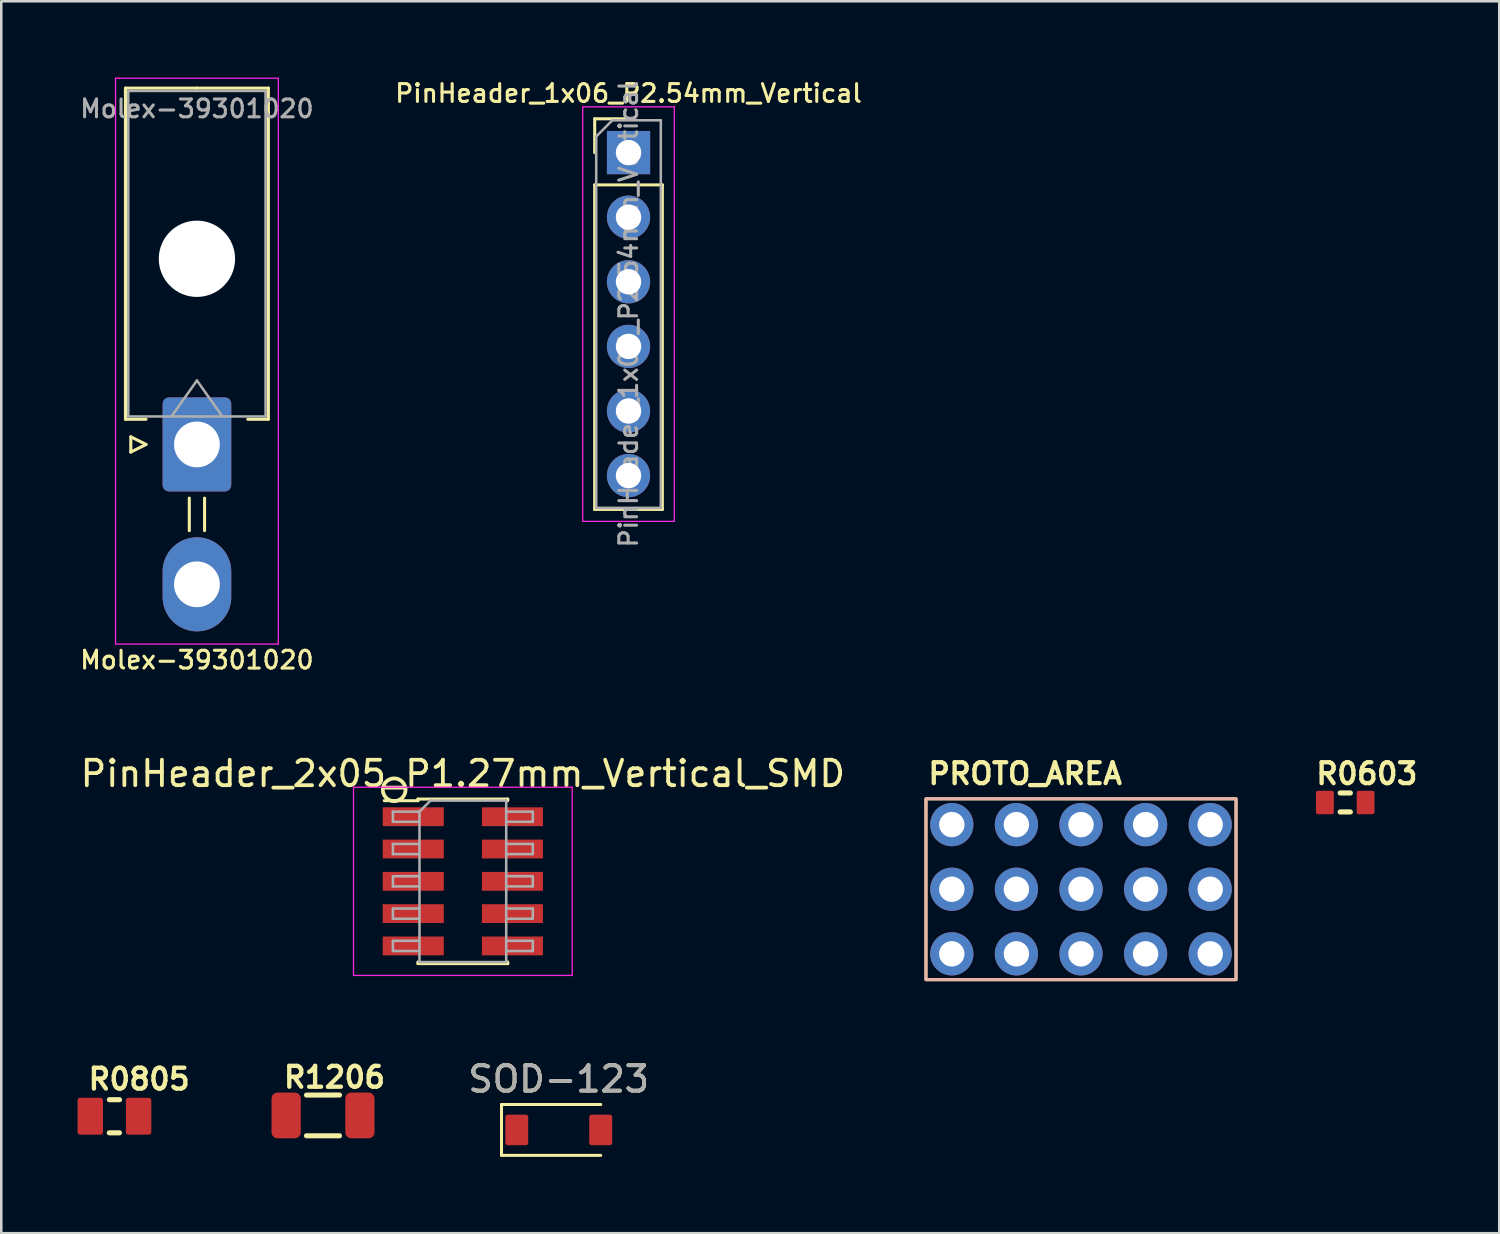
<source format=kicad_pcb>
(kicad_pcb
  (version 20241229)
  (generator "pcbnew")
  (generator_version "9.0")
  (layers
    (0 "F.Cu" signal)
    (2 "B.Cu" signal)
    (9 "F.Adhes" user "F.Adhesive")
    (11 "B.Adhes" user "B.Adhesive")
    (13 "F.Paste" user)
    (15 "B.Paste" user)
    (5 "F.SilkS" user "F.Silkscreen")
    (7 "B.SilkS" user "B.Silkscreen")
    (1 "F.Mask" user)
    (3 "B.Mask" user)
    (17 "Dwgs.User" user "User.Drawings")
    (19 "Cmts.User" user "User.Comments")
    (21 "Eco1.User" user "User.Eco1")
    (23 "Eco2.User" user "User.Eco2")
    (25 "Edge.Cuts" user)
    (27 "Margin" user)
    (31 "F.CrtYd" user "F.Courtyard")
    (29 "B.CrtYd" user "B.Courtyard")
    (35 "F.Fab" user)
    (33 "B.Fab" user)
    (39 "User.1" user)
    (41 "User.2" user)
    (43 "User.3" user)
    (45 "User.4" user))
  (footprint "PinHeader_2x05_P1.27mm_Vertical_SMD"
    (layer "F.Cu")
    (at 15.149 31.603)
    (property "Reference" "PinHeader_2x05_P1.27mm_Vertical_SMD" (at 0 -4.235 180) (layer "F.SilkS") (effects (font (size 1 1) (thickness 0.15))))
    (attr smd)
    (fp_line (start -3.09 -3.17) (end -1.765 -3.17) (stroke (width 0.12) (type solid)) (layer "F.SilkS"))
    (fp_line (start -1.765 -3.235) (end -1.765 -3.17) (stroke (width 0.12) (type solid)) (layer "F.SilkS"))
    (fp_line (start -1.765 -3.235) (end 1.765 -3.235) (stroke (width 0.12) (type solid)) (layer "F.SilkS"))
    (fp_line (start -1.765 3.17) (end -1.765 3.235) (stroke (width 0.12) (type solid)) (layer "F.SilkS"))
    (fp_line (start -1.765 3.235) (end 1.765 3.235) (stroke (width 0.12) (type solid)) (layer "F.SilkS"))
    (fp_line (start 1.765 -3.235) (end 1.765 -3.17) (stroke (width 0.12) (type solid)) (layer "F.SilkS"))
    (fp_line (start 1.765 3.17) (end 1.765 3.235) (stroke (width 0.12) (type solid)) (layer "F.SilkS"))
    (fp_circle (center -2.7 -3.6) (end -2.5 -3.2) (stroke (width 0.15) (type solid)) (fill no) (layer "F.SilkS"))
    (fp_line (start -4.3 -3.7) (end -4.3 3.7) (stroke (width 0.05) (type solid)) (layer "F.CrtYd"))
    (fp_line (start -4.3 3.7) (end 4.3 3.7) (stroke (width 0.05) (type solid)) (layer "F.CrtYd"))
    (fp_line (start 4.3 -3.7) (end -4.3 -3.7) (stroke (width 0.05) (type solid)) (layer "F.CrtYd"))
    (fp_line (start 4.3 3.7) (end 4.3 -3.7) (stroke (width 0.05) (type solid)) (layer "F.CrtYd"))
    (fp_line (start -2.75 -2.74) (end -2.75 -2.34) (stroke (width 0.1) (type solid)) (layer "F.Fab"))
    (fp_line (start -2.75 -2.34) (end -1.705 -2.34) (stroke (width 0.1) (type solid)) (layer "F.Fab"))
    (fp_line (start -2.75 -1.47) (end -2.75 -1.07) (stroke (width 0.1) (type solid)) (layer "F.Fab"))
    (fp_line (start -2.75 -1.07) (end -1.705 -1.07) (stroke (width 0.1) (type solid)) (layer "F.Fab"))
    (fp_line (start -2.75 -0.2) (end -2.75 0.2) (stroke (width 0.1) (type solid)) (layer "F.Fab"))
    (fp_line (start -2.75 0.2) (end -1.705 0.2) (stroke (width 0.1) (type solid)) (layer "F.Fab"))
    (fp_line (start -2.75 1.07) (end -2.75 1.47) (stroke (width 0.1) (type solid)) (layer "F.Fab"))
    (fp_line (start -2.75 1.47) (end -1.705 1.47) (stroke (width 0.1) (type solid)) (layer "F.Fab"))
    (fp_line (start -2.75 2.34) (end -2.75 2.74) (stroke (width 0.1) (type solid)) (layer "F.Fab"))
    (fp_line (start -2.75 2.74) (end -1.705 2.74) (stroke (width 0.1) (type solid)) (layer "F.Fab"))
    (fp_line (start -1.705 -2.74) (end -2.75 -2.74) (stroke (width 0.1) (type solid)) (layer "F.Fab"))
    (fp_line (start -1.705 -2.74) (end -1.27 -3.175) (stroke (width 0.1) (type solid)) (layer "F.Fab"))
    (fp_line (start -1.705 -1.47) (end -2.75 -1.47) (stroke (width 0.1) (type solid)) (layer "F.Fab"))
    (fp_line (start -1.705 -0.2) (end -2.75 -0.2) (stroke (width 0.1) (type solid)) (layer "F.Fab"))
    (fp_line (start -1.705 1.07) (end -2.75 1.07) (stroke (width 0.1) (type solid)) (layer "F.Fab"))
    (fp_line (start -1.705 2.34) (end -2.75 2.34) (stroke (width 0.1) (type solid)) (layer "F.Fab"))
    (fp_line (start -1.705 3.175) (end -1.705 -2.74) (stroke (width 0.1) (type solid)) (layer "F.Fab"))
    (fp_line (start -1.27 -3.175) (end 1.705 -3.175) (stroke (width 0.1) (type solid)) (layer "F.Fab"))
    (fp_line (start 1.705 -3.175) (end 1.705 3.175) (stroke (width 0.1) (type solid)) (layer "F.Fab"))
    (fp_line (start 1.705 -2.74) (end 2.75 -2.74) (stroke (width 0.1) (type solid)) (layer "F.Fab"))
    (fp_line (start 1.705 -1.47) (end 2.75 -1.47) (stroke (width 0.1) (type solid)) (layer "F.Fab"))
    (fp_line (start 1.705 -0.2) (end 2.75 -0.2) (stroke (width 0.1) (type solid)) (layer "F.Fab"))
    (fp_line (start 1.705 1.07) (end 2.75 1.07) (stroke (width 0.1) (type solid)) (layer "F.Fab"))
    (fp_line (start 1.705 2.34) (end 2.75 2.34) (stroke (width 0.1) (type solid)) (layer "F.Fab"))
    (fp_line (start 1.705 3.175) (end -1.705 3.175) (stroke (width 0.1) (type solid)) (layer "F.Fab"))
    (fp_line (start 2.75 -2.74) (end 2.75 -2.34) (stroke (width 0.1) (type solid)) (layer "F.Fab"))
    (fp_line (start 2.75 -2.34) (end 1.705 -2.34) (stroke (width 0.1) (type solid)) (layer "F.Fab"))
    (fp_line (start 2.75 -1.47) (end 2.75 -1.07) (stroke (width 0.1) (type solid)) (layer "F.Fab"))
    (fp_line (start 2.75 -1.07) (end 1.705 -1.07) (stroke (width 0.1) (type solid)) (layer "F.Fab"))
    (fp_line (start 2.75 -0.2) (end 2.75 0.2) (stroke (width 0.1) (type solid)) (layer "F.Fab"))
    (fp_line (start 2.75 0.2) (end 1.705 0.2) (stroke (width 0.1) (type solid)) (layer "F.Fab"))
    (fp_line (start 2.75 1.07) (end 2.75 1.47) (stroke (width 0.1) (type solid)) (layer "F.Fab"))
    (fp_line (start 2.75 1.47) (end 1.705 1.47) (stroke (width 0.1) (type solid)) (layer "F.Fab"))
    (fp_line (start 2.75 2.34) (end 2.75 2.74) (stroke (width 0.1) (type solid)) (layer "F.Fab"))
    (fp_line (start 2.75 2.74) (end 1.705 2.74) (stroke (width 0.1) (type solid)) (layer "F.Fab"))
    (pad "1" smd rect (at -1.95 -2.54) (size 2.4 0.74) (layers "F.Cu" "F.Mask" "F.Paste"))
    (pad "2" smd rect (at 1.95 -2.54) (size 2.4 0.74) (layers "F.Cu" "F.Mask" "F.Paste"))
    (pad "3" smd rect (at -1.95 -1.27) (size 2.4 0.74) (layers "F.Cu" "F.Mask" "F.Paste"))
    (pad "4" smd rect (at 1.95 -1.27) (size 2.4 0.74) (layers "F.Cu" "F.Mask" "F.Paste"))
    (pad "5" smd rect (at -1.95 0) (size 2.4 0.74) (layers "F.Cu" "F.Mask" "F.Paste"))
    (pad "6" smd rect (at 1.95 0) (size 2.4 0.74) (layers "F.Cu" "F.Mask" "F.Paste"))
    (pad "7" smd rect (at -1.95 1.27) (size 2.4 0.74) (layers "F.Cu" "F.Mask" "F.Paste"))
    (pad "8" smd rect (at 1.95 1.27) (size 2.4 0.74) (layers "F.Cu" "F.Mask" "F.Paste"))
    (pad "9" smd rect (at -1.95 2.54) (size 2.4 0.74) (layers "F.Cu" "F.Mask" "F.Paste"))
    (pad "10" smd rect (at 1.95 2.54) (size 2.4 0.74) (layers "F.Cu" "F.Mask" "F.Paste")))
  (footprint "PinHeader_1x06_P2.54mm_Vertical"
    (layer "F.Cu")
    (at 21.663 2.95)
    (property "Reference" "PinHeader_1x06_P2.54mm_Vertical" (at 0 -2.33 180) (layer "F.SilkS") (effects (font (size 0.7 0.7) (thickness 0.12))))
    (attr through_hole)
    (fp_line (start -1.33 -1.33) (end 0 -1.33) (stroke (width 0.12) (type solid)) (layer "F.SilkS"))
    (fp_line (start -1.33 0) (end -1.33 -1.33) (stroke (width 0.12) (type solid)) (layer "F.SilkS"))
    (fp_line (start -1.33 1.27) (end -1.33 14.03) (stroke (width 0.12) (type solid)) (layer "F.SilkS"))
    (fp_line (start -1.33 1.27) (end 1.33 1.27) (stroke (width 0.12) (type solid)) (layer "F.SilkS"))
    (fp_line (start -1.33 14.03) (end 1.33 14.03) (stroke (width 0.12) (type solid)) (layer "F.SilkS"))
    (fp_line (start 1.33 1.27) (end 1.33 14.03) (stroke (width 0.12) (type solid)) (layer "F.SilkS"))
    (fp_line (start -1.8 -1.8) (end -1.8 14.5) (stroke (width 0.05) (type solid)) (layer "F.CrtYd"))
    (fp_line (start -1.8 14.5) (end 1.8 14.5) (stroke (width 0.05) (type solid)) (layer "F.CrtYd"))
    (fp_line (start 1.8 -1.8) (end -1.8 -1.8) (stroke (width 0.05) (type solid)) (layer "F.CrtYd"))
    (fp_line (start 1.8 14.5) (end 1.8 -1.8) (stroke (width 0.05) (type solid)) (layer "F.CrtYd"))
    (fp_line (start -1.27 -0.635) (end -0.635 -1.27) (stroke (width 0.1) (type solid)) (layer "F.Fab"))
    (fp_line (start -1.27 13.97) (end -1.27 -0.635) (stroke (width 0.1) (type solid)) (layer "F.Fab"))
    (fp_line (start -0.635 -1.27) (end 1.27 -1.27) (stroke (width 0.1) (type solid)) (layer "F.Fab"))
    (fp_line (start 1.27 -1.27) (end 1.27 13.97) (stroke (width 0.1) (type solid)) (layer "F.Fab"))
    (fp_line (start 1.27 13.97) (end -1.27 13.97) (stroke (width 0.1) (type solid)) (layer "F.Fab"))
    (fp_text user "${REFERENCE}" (at 0 6.35 90) (layer "F.Fab") (effects (font (size 0.7 0.7) (thickness 0.12))))
    (pad "1" thru_hole rect (at 0 0) (size 1.7 1.7) (drill 1) (layers "*.Cu" "*.Mask"))
    (pad "2" thru_hole oval (at 0 2.54) (size 1.7 1.7) (drill 1) (layers "*.Cu" "*.Mask"))
    (pad "3" thru_hole oval (at 0 5.08) (size 1.7 1.7) (drill 1) (layers "*.Cu" "*.Mask"))
    (pad "4" thru_hole oval (at 0 7.62) (size 1.7 1.7) (drill 1) (layers "*.Cu" "*.Mask"))
    (pad "5" thru_hole oval (at 0 10.16) (size 1.7 1.7) (drill 1) (layers "*.Cu" "*.Mask"))
    (pad "6" thru_hole oval (at 0 12.7) (size 1.7 1.7) (drill 1) (layers "*.Cu" "*.Mask")))
  (footprint "PROTO_AREA"
    (layer "F.Cu")
    (at 34.374 29.374)
    (property "Reference" "PROTO_AREA" (at -1.016 -1.524 0) (unlocked yes) (layer "F.SilkS") (effects (font (size 0.82 0.82) (thickness 0.17)) (justify left bottom)))
    (fp_rect (start -1.016 -1.016) (end 11.176 6.096) (stroke (width 0.12) (type solid)) (fill no) (layer "F.SilkS"))
    (fp_rect (start 11.176 -1.016) (end -1.016 6.096) (stroke (width 0.12) (type solid)) (fill no) (layer "B.SilkS"))
    (pad "1" thru_hole circle (at 0 0) (size 1.7 1.7) (drill 1) (layers "*.Cu" "*.Mask"))
    (pad "2" thru_hole circle (at 2.54 0) (size 1.7 1.7) (drill 1) (layers "*.Cu" "*.Mask"))
    (pad "3" thru_hole circle (at 5.08 0) (size 1.7 1.7) (drill 1) (layers "*.Cu" "*.Mask"))
    (pad "4" thru_hole circle (at 7.62 0) (size 1.7 1.7) (drill 1) (layers "*.Cu" "*.Mask"))
    (pad "5" thru_hole circle (at 10.16 0) (size 1.7 1.7) (drill 1) (layers "*.Cu" "*.Mask"))
    (pad "6" thru_hole circle (at 0 2.54) (size 1.7 1.7) (drill 1) (layers "*.Cu" "*.Mask"))
    (pad "7" thru_hole circle (at 2.54 2.54) (size 1.7 1.7) (drill 1) (layers "*.Cu" "*.Mask"))
    (pad "8" thru_hole circle (at 5.08 2.54) (size 1.7 1.7) (drill 1) (layers "*.Cu" "*.Mask"))
    (pad "9" thru_hole circle (at 7.62 2.54) (size 1.7 1.7) (drill 1) (layers "*.Cu" "*.Mask"))
    (pad "10" thru_hole circle (at 10.16 2.54) (size 1.7 1.7) (drill 1) (layers "*.Cu" "*.Mask"))
    (pad "11" thru_hole circle (at 0 5.08) (size 1.7 1.7) (drill 1) (layers "*.Cu" "*.Mask"))
    (pad "12" thru_hole circle (at 2.54 5.08) (size 1.7 1.7) (drill 1) (layers "*.Cu" "*.Mask"))
    (pad "13" thru_hole circle (at 5.08 5.08) (size 1.7 1.7) (drill 1) (layers "*.Cu" "*.Mask"))
    (pad "14" thru_hole circle (at 7.62 5.08) (size 1.7 1.7) (drill 1) (layers "*.Cu" "*.Mask"))
    (pad "15" thru_hole circle (at 10.16 5.08) (size 1.7 1.7) (drill 1) (layers "*.Cu" "*.Mask")))
  (footprint "R0603"
    (layer "F.Cu")
    (at 49.845 28.504)
    (property "Reference" "R0603" (at -1.236 -0.654 0) (unlocked yes) (layer "F.SilkS") (effects (font (size 0.82 0.82) (thickness 0.17)) (justify left bottom)))
    (fp_line (start -0.201 0.371) (end 0.199 0.371) (stroke (width 0.203) (type solid)) (layer "F.SilkS"))
    (fp_line (start -0.2 -0.375) (end 0.2 -0.375) (stroke (width 0.203) (type solid)) (layer "F.SilkS"))
    (pad "1" smd roundrect (at -0.8 0) (size 0.7 0.92) (layers "F.Cu" "F.Mask" "F.Paste") (roundrect_rratio 0.1))
    (pad "2" smd roundrect (at 0.8 0) (size 0.7 0.92) (layers "F.Cu" "F.Mask" "F.Paste") (roundrect_rratio 0.1)))
  (footprint "Molex-39301020"
    (layer "F.Cu")
    (at 4.693 14.425)
    (property "Reference" "Molex-39301020" (at 0 8.475 0) (layer "F.SilkS") (effects (font (size 0.7 0.7) (thickness 0.12))))
    (attr through_hole)
    (fp_line (start -2.81 -14.01) (end 0 -14.01) (stroke (width 0.12) (type solid)) (layer "F.SilkS"))
    (fp_line (start -2.81 -0.99) (end -2.81 -14.01) (stroke (width 0.12) (type solid)) (layer "F.SilkS"))
    (fp_line (start -2.6 -0.3) (end -2 0) (stroke (width 0.12) (type solid)) (layer "F.SilkS"))
    (fp_line (start -2.6 0.3) (end -2.6 -0.3) (stroke (width 0.12) (type solid)) (layer "F.SilkS"))
    (fp_line (start -2 -0.99) (end -2.81 -0.99) (stroke (width 0.12) (type solid)) (layer "F.SilkS"))
    (fp_line (start -2 0) (end -2.6 0.3) (stroke (width 0.12) (type solid)) (layer "F.SilkS"))
    (fp_line (start -0.3 2.11) (end -0.3 3.39) (stroke (width 0.12) (type solid)) (layer "F.SilkS"))
    (fp_line (start 0.3 2.11) (end 0.3 3.39) (stroke (width 0.12) (type solid)) (layer "F.SilkS"))
    (fp_line (start 2 -0.99) (end 2.81 -0.99) (stroke (width 0.12) (type solid)) (layer "F.SilkS"))
    (fp_line (start 2.81 -14.01) (end 0 -14.01) (stroke (width 0.12) (type solid)) (layer "F.SilkS"))
    (fp_line (start 2.81 -0.99) (end 2.81 -14.01) (stroke (width 0.12) (type solid)) (layer "F.SilkS"))
    (fp_line (start -3.2 -14.4) (end -3.2 7.85) (stroke (width 0.05) (type solid)) (layer "F.CrtYd"))
    (fp_line (start -3.2 7.85) (end 3.2 7.85) (stroke (width 0.05) (type solid)) (layer "F.CrtYd"))
    (fp_line (start 3.2 -14.4) (end -3.2 -14.4) (stroke (width 0.05) (type solid)) (layer "F.CrtYd"))
    (fp_line (start 3.2 7.85) (end 3.2 -14.4) (stroke (width 0.05) (type solid)) (layer "F.CrtYd"))
    (fp_line (start -2.7 -13.9) (end -2.7 -1.1) (stroke (width 0.1) (type solid)) (layer "F.Fab"))
    (fp_line (start -2.7 -1.1) (end 2.7 -1.1) (stroke (width 0.1) (type solid)) (layer "F.Fab"))
    (fp_line (start -1 -1.1) (end 0 -2.514) (stroke (width 0.1) (type solid)) (layer "F.Fab"))
    (fp_line (start 0 -2.514) (end 1 -1.1) (stroke (width 0.1) (type solid)) (layer "F.Fab"))
    (fp_line (start 2.7 -13.9) (end -2.7 -13.9) (stroke (width 0.1) (type solid)) (layer "F.Fab"))
    (fp_line (start 2.7 -1.1) (end 2.7 -13.9) (stroke (width 0.1) (type solid)) (layer "F.Fab"))
    (fp_text user "${REFERENCE}" (at 0 -13.2 0) (layer "F.Fab") (effects (font (size 0.7 0.7) (thickness 0.12))))
    (pad "" np_thru_hole circle (at 0 -7.3) (size 3 3) (drill 3) (layers "*.Cu" "*.Mask"))
    (pad "1" thru_hole roundrect (at 0 0) (size 2.7 3.7) (drill 1.8) (layers "*.Cu" "*.Mask") (roundrect_rratio 0.093))
    (pad "2" thru_hole oval (at 0 5.5) (size 2.7 3.7) (drill 1.8) (layers "*.Cu" "*.Mask")))
  (footprint "R0805"
    (layer "F.Cu")
    (at 1.45 40.839)
    (property "Reference" "R0805" (at -1.114 -0.979 0) (unlocked yes) (layer "F.SilkS") (effects (font (size 0.82 0.82) (thickness 0.17)) (justify left bottom)))
    (fp_line (start -0.204 0.653) (end 0.196 0.653) (stroke (width 0.2) (type solid)) (layer "F.SilkS"))
    (fp_line (start -0.2 -0.65) (end 0.2 -0.65) (stroke (width 0.2) (type solid)) (layer "F.SilkS"))
    (pad "1" smd roundrect (at -0.95 0) (size 1 1.45) (layers "F.Cu" "F.Mask" "F.Paste") (roundrect_rratio 0.1))
    (pad "2" smd roundrect (at 0.95 0) (size 1 1.45) (layers "F.Cu" "F.Mask" "F.Paste") (roundrect_rratio 0.1)))
  (footprint "R1206"
    (layer "F.Cu")
    (at 9.651 40.808)
    (property "Reference" "R1206" (at 0.45 -1.5 0) (layer "F.SilkS") (effects (font (size 0.82 0.82) (thickness 0.17))))
    (attr smd)
    (fp_line (start -0.65 -0.8) (end 0.65 -0.803) (stroke (width 0.2) (type solid)) (layer "F.SilkS"))
    (fp_line (start -0.65 0.8) (end 0.65 0.8) (stroke (width 0.2) (type solid)) (layer "F.SilkS"))
    (pad "1" smd roundrect (at -1.45 0 90) (size 1.8 1.15) (layers "F.Cu" "F.Mask") (roundrect_rratio 0.2))
    (pad "2" smd roundrect (at 1.45 0 90) (size 1.8 1.15) (layers "F.Cu" "F.Mask") (roundrect_rratio 0.2)))
  (footprint "SOD-123"
    (layer "F.Cu")
    (at 18.919 41.378)
    (property "Reference" "SOD-123" (at 0 -2 0) (layer "F.SilkS") (effects (font (size 1 1) (thickness 0.15))))
    (attr smd)
    (fp_line (start -2.25 -1) (end -2.25 1) (stroke (width 0.12) (type solid)) (layer "F.SilkS"))
    (fp_line (start -2.25 -1) (end 1.65 -1) (stroke (width 0.12) (type solid)) (layer "F.SilkS"))
    (fp_line (start -2.25 1) (end 1.65 1) (stroke (width 0.12) (type solid)) (layer "F.SilkS"))
    (fp_text user "${REFERENCE}" (at 0 -2 0) (layer "F.Fab") (effects (font (size 1 1) (thickness 0.15))))
    (pad "1" smd roundrect (at -1.65 0) (size 0.9 1.2) (layers "F.Cu" "F.Mask" "F.Paste") (roundrect_rratio 0.1))
    (pad "2" smd roundrect (at 1.65 0) (size 0.9 1.2) (layers "F.Cu" "F.Mask" "F.Paste") (roundrect_rratio 0.1)))
  (gr_rect
    (start -3 -3)
    (end 55.899 45.438)
    (stroke (width 0.1) (type default))
    (fill no)
    (layer "Edge.Cuts")))
</source>
